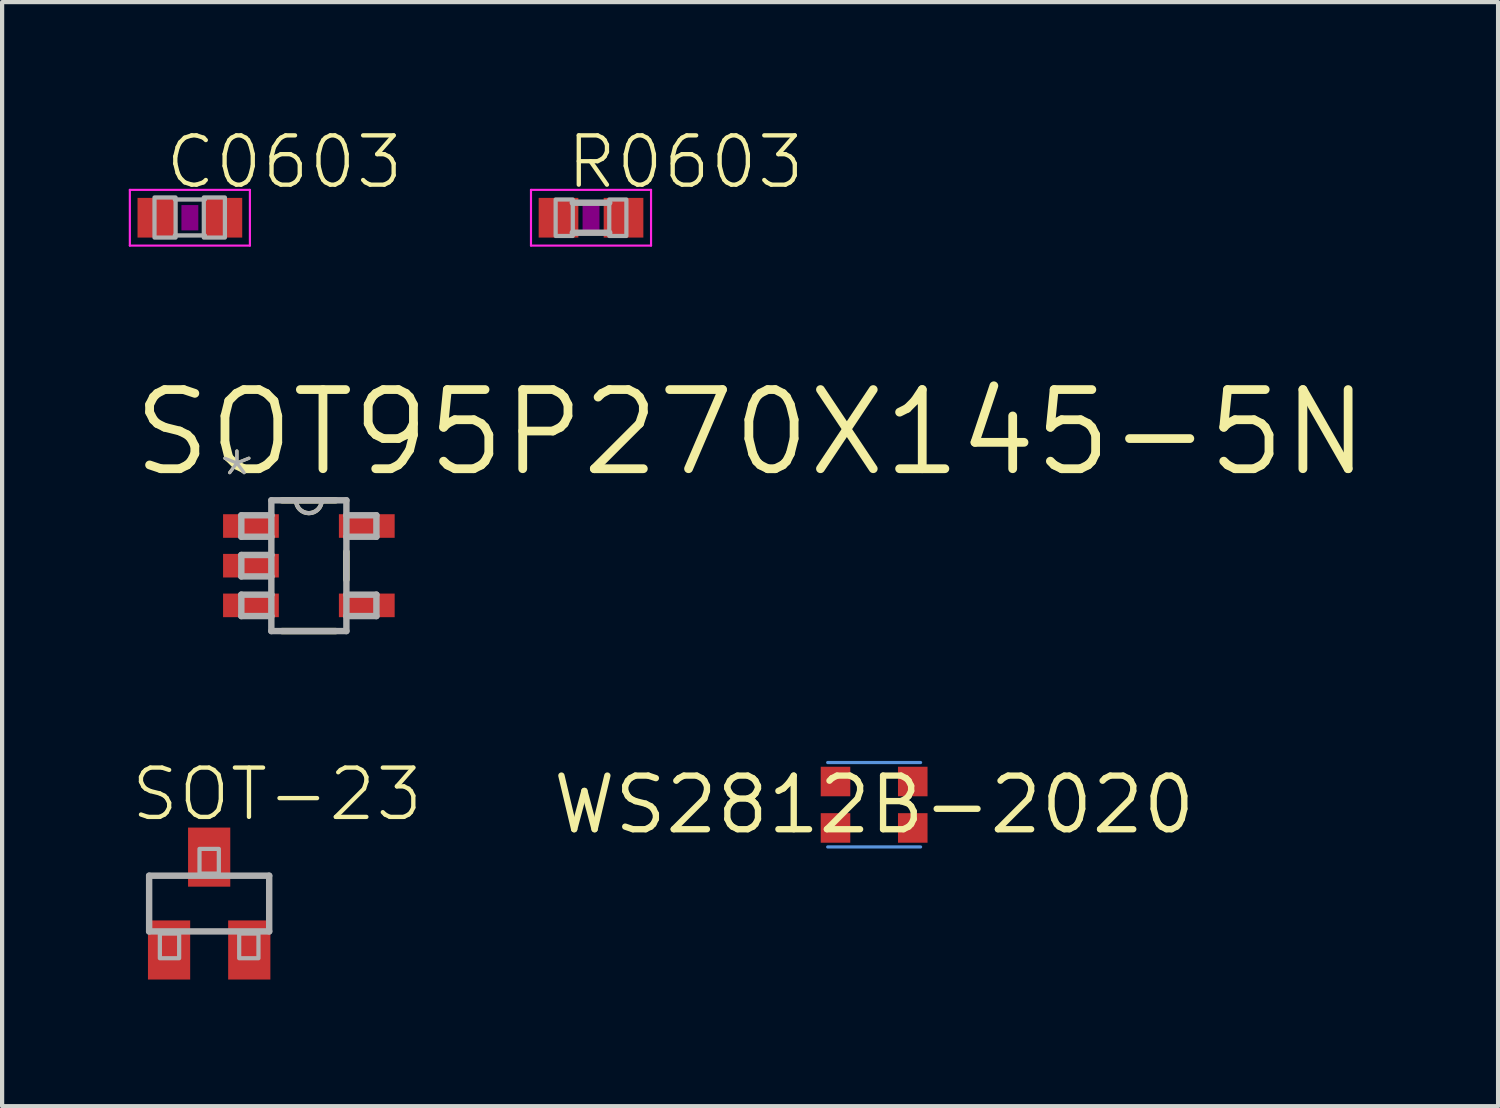
<source format=kicad_pcb>
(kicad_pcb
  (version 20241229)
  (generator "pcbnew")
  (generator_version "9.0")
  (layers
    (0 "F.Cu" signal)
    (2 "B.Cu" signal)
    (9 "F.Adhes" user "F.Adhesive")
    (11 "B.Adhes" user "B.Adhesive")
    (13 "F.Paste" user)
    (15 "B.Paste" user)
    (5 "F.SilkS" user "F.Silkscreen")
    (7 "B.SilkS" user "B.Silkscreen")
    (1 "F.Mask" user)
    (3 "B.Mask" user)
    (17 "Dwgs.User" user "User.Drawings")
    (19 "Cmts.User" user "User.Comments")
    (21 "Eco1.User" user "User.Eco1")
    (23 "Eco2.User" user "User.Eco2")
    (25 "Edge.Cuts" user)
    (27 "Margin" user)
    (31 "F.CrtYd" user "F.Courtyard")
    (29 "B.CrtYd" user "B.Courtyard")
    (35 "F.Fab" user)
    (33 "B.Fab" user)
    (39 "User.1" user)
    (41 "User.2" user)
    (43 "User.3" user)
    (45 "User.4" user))
  (footprint "SOT95P270X145-5N"
    (layer "F.Cu")
    (at 4.267 10.351)
    (property "Reference" "SOT95P270X145-5N" (at -4.267 -2.057 0) (unlocked yes) (layer "F.SilkS") (effects (font (size 1.875 1.875) (thickness 0.208)) (justify left bottom)))
    (fp_line (start -0.635 1.549) (end 0.635 1.549) (stroke (width 0.152) (type solid)) (layer "F.SilkS"))
    (fp_line (start -0.305 -1.549) (end -0.635 -1.549) (stroke (width 0.152) (type solid)) (layer "F.SilkS"))
    (fp_line (start 0.305 -1.549) (end -0.305 -1.549) (stroke (width 0.152) (type solid)) (layer "F.SilkS"))
    (fp_line (start 0.635 -1.549) (end 0.305 -1.549) (stroke (width 0.152) (type solid)) (layer "F.SilkS"))
    (fp_line (start 0.889 0.33) (end 0.889 -0.33) (stroke (width 0.152) (type solid)) (layer "F.SilkS"))
    (fp_arc (start 0.3048 -1.5494) (mid 0 -1.2446) (end -0.3048 -1.5494) (stroke (width 0.1) (type solid)) (layer "F.SilkS"))
    (fp_line (start -1.6 -1.194) (end -1.6 -0.686) (stroke (width 0.152) (type solid)) (layer "F.Fab"))
    (fp_line (start -1.6 -0.686) (end -0.889 -0.686) (stroke (width 0.152) (type solid)) (layer "F.Fab"))
    (fp_line (start -1.6 -0.254) (end -1.6 0.254) (stroke (width 0.152) (type solid)) (layer "F.Fab"))
    (fp_line (start -1.6 0.254) (end -0.889 0.254) (stroke (width 0.152) (type solid)) (layer "F.Fab"))
    (fp_line (start -1.6 0.686) (end -1.6 1.194) (stroke (width 0.152) (type solid)) (layer "F.Fab"))
    (fp_line (start -1.6 1.194) (end -0.889 1.194) (stroke (width 0.152) (type solid)) (layer "F.Fab"))
    (fp_line (start -0.889 -1.549) (end -0.889 -1.194) (stroke (width 0.152) (type solid)) (layer "F.Fab"))
    (fp_line (start -0.889 -1.194) (end -1.6 -1.194) (stroke (width 0.152) (type solid)) (layer "F.Fab"))
    (fp_line (start -0.889 -1.194) (end -0.889 -0.686) (stroke (width 0.152) (type solid)) (layer "F.Fab"))
    (fp_line (start -0.889 -0.686) (end -0.889 -0.254) (stroke (width 0.152) (type solid)) (layer "F.Fab"))
    (fp_line (start -0.889 -0.254) (end -1.6 -0.254) (stroke (width 0.152) (type solid)) (layer "F.Fab"))
    (fp_line (start -0.889 -0.254) (end -0.889 0.254) (stroke (width 0.152) (type solid)) (layer "F.Fab"))
    (fp_line (start -0.889 0.254) (end -0.889 0.686) (stroke (width 0.152) (type solid)) (layer "F.Fab"))
    (fp_line (start -0.889 0.686) (end -1.6 0.686) (stroke (width 0.152) (type solid)) (layer "F.Fab"))
    (fp_line (start -0.889 1.194) (end -0.889 0.686) (stroke (width 0.152) (type solid)) (layer "F.Fab"))
    (fp_line (start -0.889 1.549) (end -0.889 1.194) (stroke (width 0.152) (type solid)) (layer "F.Fab"))
    (fp_line (start -0.889 1.549) (end 0.889 1.549) (stroke (width 0.152) (type solid)) (layer "F.Fab"))
    (fp_line (start -0.305 -1.549) (end -0.889 -1.549) (stroke (width 0.152) (type solid)) (layer "F.Fab"))
    (fp_line (start 0.305 -1.549) (end -0.305 -1.549) (stroke (width 0.152) (type solid)) (layer "F.Fab"))
    (fp_line (start 0.889 -1.549) (end 0.305 -1.549) (stroke (width 0.152) (type solid)) (layer "F.Fab"))
    (fp_line (start 0.889 -1.549) (end 0.889 -1.194) (stroke (width 0.152) (type solid)) (layer "F.Fab"))
    (fp_line (start 0.889 -1.194) (end 0.889 -0.686) (stroke (width 0.152) (type solid)) (layer "F.Fab"))
    (fp_line (start 0.889 -0.686) (end 1.6 -0.686) (stroke (width 0.152) (type solid)) (layer "F.Fab"))
    (fp_line (start 0.889 0.686) (end 0.889 -0.686) (stroke (width 0.152) (type solid)) (layer "F.Fab"))
    (fp_line (start 0.889 1.194) (end 0.889 0.686) (stroke (width 0.152) (type solid)) (layer "F.Fab"))
    (fp_line (start 0.889 1.194) (end 1.6 1.194) (stroke (width 0.152) (type solid)) (layer "F.Fab"))
    (fp_line (start 0.889 1.549) (end 0.889 1.194) (stroke (width 0.152) (type solid)) (layer "F.Fab"))
    (fp_line (start 1.6 -1.194) (end 0.889 -1.194) (stroke (width 0.152) (type solid)) (layer "F.Fab"))
    (fp_line (start 1.6 -0.686) (end 1.6 -1.194) (stroke (width 0.152) (type solid)) (layer "F.Fab"))
    (fp_line (start 1.6 0.686) (end 0.889 0.686) (stroke (width 0.152) (type solid)) (layer "F.Fab"))
    (fp_line (start 1.6 1.194) (end 1.6 0.686) (stroke (width 0.152) (type solid)) (layer "F.Fab"))
    (fp_arc (start 0.3048 -1.5494) (mid 0 -1.2446) (end -0.3048 -1.5494) (stroke (width 0.1) (type solid)) (layer "F.Fab"))
    (fp_text user "*" (at -2.21 -1.372 0) (unlocked yes) (layer "F.SilkS") (effects (font (size 1.194 1.194) (thickness 0.076)) (justify left bottom)))
    (fp_text user "*" (at -2.21 -1.372 0) (unlocked yes) (layer "F.Fab") (effects (font (size 1.194 1.194) (thickness 0.076)) (justify left bottom)))
    (pad "1" smd rect (at -1.372 -0.94) (size 1.321 0.559) (layers "F.Cu" "F.Mask" "F.Paste"))
    (pad "2" smd rect (at -1.372 0) (size 1.321 0.559) (layers "F.Cu" "F.Mask" "F.Paste"))
    (pad "3" smd rect (at -1.372 0.94) (size 1.321 0.559) (layers "F.Cu" "F.Mask" "F.Paste"))
    (pad "4" smd rect (at 1.372 0.94) (size 1.321 0.559) (layers "F.Cu" "F.Mask" "F.Paste"))
    (pad "5" smd rect (at 1.372 -0.94) (size 1.321 0.559) (layers "F.Cu" "F.Mask" "F.Paste")))
  (footprint "C0603"
    (layer "F.Cu")
    (at 1.448 2.108)
    (property "Reference" "C0603" (at -0.635 -0.635 0) (unlocked yes) (layer "F.SilkS") (effects (font (size 1.168 1.168) (thickness 0.102)) (justify left bottom)))
    (fp_poly (pts (xy -0.2 0.3) (xy 0.2 0.3) (xy 0.2 -0.3) (xy -0.2 -0.3)) (stroke (width 0) (type default)) (fill yes) (layer "F.Adhes"))
    (fp_line (start -1.422 -0.66) (end 1.422 -0.66) (stroke (width 0.051) (type solid)) (layer "F.CrtYd"))
    (fp_line (start -1.422 0.66) (end -1.422 -0.66) (stroke (width 0.051) (type solid)) (layer "F.CrtYd"))
    (fp_line (start 1.422 -0.66) (end 1.422 0.66) (stroke (width 0.051) (type solid)) (layer "F.CrtYd"))
    (fp_line (start 1.422 0.66) (end -1.422 0.66) (stroke (width 0.051) (type solid)) (layer "F.CrtYd"))
    (fp_line (start -0.356 -0.432) (end 0.356 -0.432) (stroke (width 0.102) (type solid)) (layer "F.Fab"))
    (fp_line (start -0.356 0.419) (end 0.356 0.419) (stroke (width 0.102) (type solid)) (layer "F.Fab"))
    (fp_poly (pts (xy -0.838 0.47) (xy -0.338 0.47) (xy -0.338 -0.48) (xy -0.838 -0.48)) (stroke (width 0.1) (type default)) (fill no) (layer "F.Fab"))
    (fp_poly (pts (xy 0.33 0.47) (xy 0.83 0.47) (xy 0.83 -0.48) (xy 0.33 -0.48)) (stroke (width 0.1) (type default)) (fill no) (layer "F.Fab"))
    (pad "1" smd rect (at -0.77 0) (size 0.94 0.94) (layers "F.Cu" "F.Mask" "F.Paste"))
    (pad "2" smd rect (at 0.77 0) (size 0.94 0.94) (layers "F.Cu" "F.Mask" "F.Paste")))
  (footprint "WS2812B-2020"
    (layer "F.Cu")
    (at 17.658 16.014)
    (property "Reference" "WS2812B-2020" (at 0 0 0) (layer "F.SilkS") (effects (font (size 1.27 1.27) (thickness 0.15))))
    (fp_line (start -1.1 -1) (end 1.1 -1) (stroke (width 0.076) (type solid)) (layer "Cmts.User"))
    (fp_line (start -1.1 1) (end 1.1 1) (stroke (width 0.076) (type solid)) (layer "Cmts.User"))
    (pad "P$1" smd rect (at -0.915 -0.55) (size 0.7 0.7) (layers "F.Cu" "F.Mask" "F.Paste"))
    (pad "P$2" smd rect (at 0.915 -0.55) (size 0.7 0.7) (layers "F.Cu" "F.Mask" "F.Paste"))
    (pad "P$3" smd rect (at -0.915 0.55) (size 0.7 0.7) (layers "F.Cu" "F.Mask" "F.Paste"))
    (pad "P$4" smd rect (at 0.915 0.55) (size 0.7 0.7) (layers "F.Cu" "F.Mask" "F.Paste")))
  (footprint "R0603"
    (layer "F.Cu")
    (at 10.951 2.108)
    (property "Reference" "R0603" (at -0.635 -0.635 0) (unlocked yes) (layer "F.SilkS") (effects (font (size 1.168 1.168) (thickness 0.102)) (justify left bottom)))
    (fp_poly (pts (xy -0.2 0.4) (xy 0.2 0.4) (xy 0.2 -0.4) (xy -0.2 -0.4)) (stroke (width 0) (type default)) (fill yes) (layer "F.Adhes"))
    (fp_line (start -1.422 -0.66) (end 1.422 -0.66) (stroke (width 0.051) (type solid)) (layer "F.CrtYd"))
    (fp_line (start -1.422 0.66) (end -1.422 -0.66) (stroke (width 0.051) (type solid)) (layer "F.CrtYd"))
    (fp_line (start 1.422 -0.66) (end 1.422 0.66) (stroke (width 0.051) (type solid)) (layer "F.CrtYd"))
    (fp_line (start 1.422 0.66) (end -1.422 0.66) (stroke (width 0.051) (type solid)) (layer "F.CrtYd"))
    (fp_line (start -0.432 0.356) (end 0.432 0.356) (stroke (width 0.152) (type solid)) (layer "F.Fab"))
    (fp_line (start 0.432 -0.356) (end -0.432 -0.356) (stroke (width 0.152) (type solid)) (layer "F.Fab"))
    (fp_poly (pts (xy -0.838 0.432) (xy -0.432 0.432) (xy -0.432 -0.432) (xy -0.838 -0.432)) (stroke (width 0.1) (type default)) (fill no) (layer "F.Fab"))
    (fp_poly (pts (xy 0.432 0.432) (xy 0.838 0.432) (xy 0.838 -0.432) (xy 0.432 -0.432)) (stroke (width 0.1) (type default)) (fill no) (layer "F.Fab"))
    (pad "1" smd rect (at -0.77 0) (size 0.94 0.94) (layers "F.Cu" "F.Mask" "F.Paste"))
    (pad "2" smd rect (at 0.77 0) (size 0.94 0.94) (layers "F.Cu" "F.Mask" "F.Paste")))
  (footprint "SOT-23"
    (layer "F.Cu")
    (at 1.905 18.355)
    (property "Reference" "SOT-23" (at -1.905 -1.905 0) (unlocked yes) (layer "F.SilkS") (effects (font (size 1.168 1.168) (thickness 0.102)) (justify left bottom)))
    (fp_line (start -1.422 -0.66) (end 1.422 -0.66) (stroke (width 0.152) (type solid)) (layer "F.Fab"))
    (fp_line (start -1.422 0.66) (end -1.422 -0.66) (stroke (width 0.152) (type solid)) (layer "F.Fab"))
    (fp_line (start 1.422 -0.66) (end 1.422 0.66) (stroke (width 0.152) (type solid)) (layer "F.Fab"))
    (fp_line (start 1.422 0.66) (end -1.422 0.66) (stroke (width 0.152) (type solid)) (layer "F.Fab"))
    (fp_poly (pts (xy -1.168 1.295) (xy -0.711 1.295) (xy -0.711 0.711) (xy -1.168 0.711)) (stroke (width 0.1) (type default)) (fill no) (layer "F.Fab"))
    (fp_poly (pts (xy -0.229 -0.711) (xy 0.229 -0.711) (xy 0.229 -1.295) (xy -0.229 -1.295)) (stroke (width 0.1) (type default)) (fill no) (layer "F.Fab"))
    (fp_poly (pts (xy 0.711 1.295) (xy 1.168 1.295) (xy 1.168 0.711) (xy 0.711 0.711)) (stroke (width 0.1) (type default)) (fill no) (layer "F.Fab"))
    (pad "1" smd rect (at -0.95 1.1) (size 1 1.4) (layers "F.Cu" "F.Mask" "F.Paste"))
    (pad "2" smd rect (at 0.95 1.1) (size 1 1.4) (layers "F.Cu" "F.Mask" "F.Paste"))
    (pad "3" smd rect (at 0 -1.1) (size 1 1.4) (layers "F.Cu" "F.Mask" "F.Paste")))
  (gr_rect
    (start -3 -3)
    (end 32.439 23.155)
    (stroke (width 0.1) (type default))
    (fill no)
    (layer "Edge.Cuts")))
</source>
